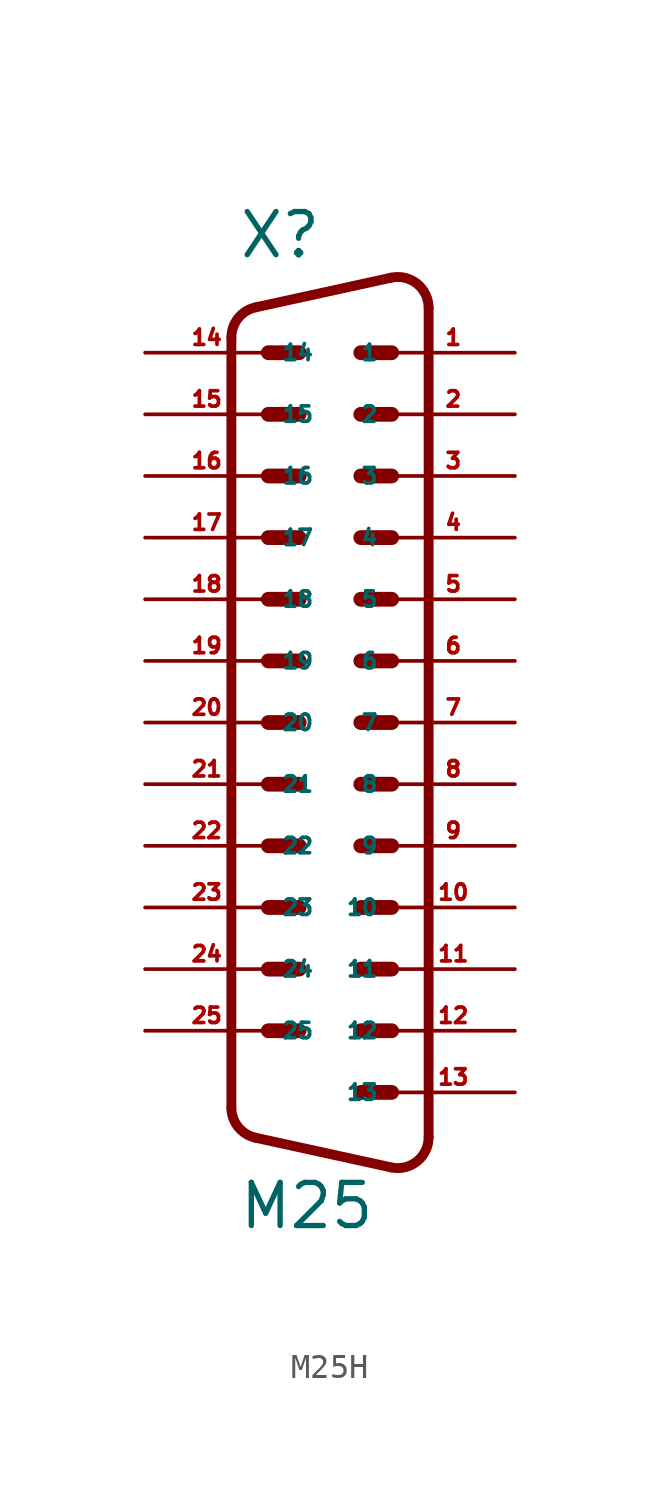
<source format=kicad_sym>
(kicad_symbol_lib
  (version 20220914)
  (generator Eagle2Kicad)
  (symbol "M25H"
    (property "Reference" "X"
      (at -3.81 16.51 0)
      (effects (font (size 1.778 1.778) (thickness 0.22)) (justify left bottom)))
    (property "Value" "M25"
      (at -3.81 -23.495 0)
      (effects (font (size 1.778 1.778) (thickness 0.22)) (justify left bottom)))
    (polyline
      (pts (xy 1.27 12.7) (xy 2.54 12.7))
      (stroke (width 0.61) (type default))
      (fill (type none)))
    (polyline
      (pts (xy -2.54 12.7) (xy -1.27 12.7))
      (stroke (width 0.61) (type default))
      (fill (type none)))
    (polyline
      (pts (xy 1.27 7.62) (xy 2.54 7.62))
      (stroke (width 0.61) (type default))
      (fill (type none)))
    (polyline
      (pts (xy -2.54 10.16) (xy -1.27 10.16))
      (stroke (width 0.61) (type default))
      (fill (type none)))
    (polyline
      (pts (xy 1.27 2.54) (xy 2.54 2.54))
      (stroke (width 0.61) (type default))
      (fill (type none)))
    (polyline
      (pts (xy -2.54 7.62) (xy -1.27 7.62))
      (stroke (width 0.61) (type default))
      (fill (type none)))
    (polyline
      (pts (xy 1.27 -2.54) (xy 2.54 -2.54))
      (stroke (width 0.61) (type default))
      (fill (type none)))
    (polyline
      (pts (xy -2.54 5.08) (xy -1.27 5.08))
      (stroke (width 0.61) (type default))
      (fill (type none)))
    (polyline
      (pts (xy 1.27 -7.62) (xy 2.54 -7.62))
      (stroke (width 0.61) (type default))
      (fill (type none)))
    (polyline
      (pts (xy -2.54 2.54) (xy -1.27 2.54))
      (stroke (width 0.61) (type default))
      (fill (type none)))
    (polyline
      (pts (xy 1.27 -12.7) (xy 2.54 -12.7))
      (stroke (width 0.61) (type default))
      (fill (type none)))
    (polyline
      (pts (xy -2.54 0) (xy -1.27 0))
      (stroke (width 0.61) (type default))
      (fill (type none)))
    (polyline
      (pts (xy 1.27 -17.78) (xy 2.54 -17.78))
      (stroke (width 0.61) (type default))
      (fill (type none)))
    (polyline
      (pts (xy -2.54 -2.54) (xy -1.27 -2.54))
      (stroke (width 0.61) (type default))
      (fill (type none)))
    (polyline
      (pts (xy 1.27 10.16) (xy 2.54 10.16))
      (stroke (width 0.61) (type default))
      (fill (type none)))
    (polyline
      (pts (xy -2.54 -5.08) (xy -1.27 -5.08))
      (stroke (width 0.61) (type default))
      (fill (type none)))
    (polyline
      (pts (xy 1.27 5.08) (xy 2.54 5.08))
      (stroke (width 0.61) (type default))
      (fill (type none)))
    (polyline
      (pts (xy -2.54 -7.62) (xy -1.27 -7.62))
      (stroke (width 0.61) (type default))
      (fill (type none)))
    (polyline
      (pts (xy 1.27 0) (xy 2.54 0))
      (stroke (width 0.61) (type default))
      (fill (type none)))
    (polyline
      (pts (xy -2.54 -10.16) (xy -1.27 -10.16))
      (stroke (width 0.61) (type default))
      (fill (type none)))
    (polyline
      (pts (xy 1.27 -5.08) (xy 2.54 -5.08))
      (stroke (width 0.61) (type default))
      (fill (type none)))
    (polyline
      (pts (xy -2.54 -12.7) (xy -1.27 -12.7))
      (stroke (width 0.61) (type default))
      (fill (type none)))
    (polyline
      (pts (xy 1.27 -10.16) (xy 2.54 -10.16))
      (stroke (width 0.61) (type default))
      (fill (type none)))
    (polyline
      (pts (xy -2.54 -15.24) (xy -1.27 -15.24))
      (stroke (width 0.61) (type default))
      (fill (type none)))
    (polyline
      (pts (xy 1.27 -15.24) (xy 2.54 -15.24))
      (stroke (width 0.61) (type default))
      (fill (type none)))
    (arc
      (start 2.5226 -20.8718)
      (mid 3.590 -20.620)
      (end 4.0637 -19.6312)
      (stroke (width 0.4064) (type default))
      (fill (type none)))
    (polyline
      (pts (xy 2.523 -20.872) (xy -3.065 -19.649))
      (stroke (width 0.406) (type default))
      (fill (type none)))
    (arc
      (start -4.064 -18.4088)
      (mid -3.783 -19.205)
      (end -3.0654 -19.6494)
      (stroke (width 0.4064) (type default))
      (fill (type none)))
    (polyline
      (pts (xy -4.064 13.329) (xy -4.064 -18.409))
      (stroke (width 0.406) (type default))
      (fill (type none)))
    (arc
      (start -3.0654 14.5694)
      (mid -3.783 14.125)
      (end -4.064 13.3288)
      (stroke (width 0.4064) (type default))
      (fill (type none)))
    (polyline
      (pts (xy 4.064 14.551) (xy 4.064 -19.631))
      (stroke (width 0.406) (type default))
      (fill (type none)))
    (polyline
      (pts (xy 2.523 15.792) (xy -3.065 14.569))
      (stroke (width 0.406) (type default))
      (fill (type none)))
    (arc
      (start 4.064 14.5512)
      (mid 3.590 15.541)
      (end 2.5226 15.7919)
      (stroke (width 0.4064) (type default))
      (fill (type none)))
    (pin passive line
      (at 7.62 12.7 180)
      (length 5.08)
      (name "1" (effects (font (size 0.635 0.635) (thickness 0.08)) (justify left bottom)))
      (number "1" (effects (font (size 0.635 0.635) (thickness 0.08)) (justify left bottom))))
    (pin passive line
      (at -7.62 12.7 0)
      (length 5.08)
      (name "14" (effects (font (size 0.635 0.635) (thickness 0.08)) (justify left bottom)))
      (number "14" (effects (font (size 0.635 0.635) (thickness 0.08)) (justify left bottom))))
    (pin passive line
      (at 7.62 10.16 180)
      (length 5.08)
      (name "2" (effects (font (size 0.635 0.635) (thickness 0.08)) (justify left bottom)))
      (number "2" (effects (font (size 0.635 0.635) (thickness 0.08)) (justify left bottom))))
    (pin passive line
      (at -7.62 10.16 0)
      (length 5.08)
      (name "15" (effects (font (size 0.635 0.635) (thickness 0.08)) (justify left bottom)))
      (number "15" (effects (font (size 0.635 0.635) (thickness 0.08)) (justify left bottom))))
    (pin passive line
      (at 7.62 7.62 180)
      (length 5.08)
      (name "3" (effects (font (size 0.635 0.635) (thickness 0.08)) (justify left bottom)))
      (number "3" (effects (font (size 0.635 0.635) (thickness 0.08)) (justify left bottom))))
    (pin passive line
      (at -7.62 7.62 0)
      (length 5.08)
      (name "16" (effects (font (size 0.635 0.635) (thickness 0.08)) (justify left bottom)))
      (number "16" (effects (font (size 0.635 0.635) (thickness 0.08)) (justify left bottom))))
    (pin passive line
      (at 7.62 5.08 180)
      (length 5.08)
      (name "4" (effects (font (size 0.635 0.635) (thickness 0.08)) (justify left bottom)))
      (number "4" (effects (font (size 0.635 0.635) (thickness 0.08)) (justify left bottom))))
    (pin passive line
      (at -7.62 5.08 0)
      (length 5.08)
      (name "17" (effects (font (size 0.635 0.635) (thickness 0.08)) (justify left bottom)))
      (number "17" (effects (font (size 0.635 0.635) (thickness 0.08)) (justify left bottom))))
    (pin passive line
      (at 7.62 2.54 180)
      (length 5.08)
      (name "5" (effects (font (size 0.635 0.635) (thickness 0.08)) (justify left bottom)))
      (number "5" (effects (font (size 0.635 0.635) (thickness 0.08)) (justify left bottom))))
    (pin passive line
      (at -7.62 2.54 0)
      (length 5.08)
      (name "18" (effects (font (size 0.635 0.635) (thickness 0.08)) (justify left bottom)))
      (number "18" (effects (font (size 0.635 0.635) (thickness 0.08)) (justify left bottom))))
    (pin passive line
      (at 7.62 0 180)
      (length 5.08)
      (name "6" (effects (font (size 0.635 0.635) (thickness 0.08)) (justify left bottom)))
      (number "6" (effects (font (size 0.635 0.635) (thickness 0.08)) (justify left bottom))))
    (pin passive line
      (at -7.62 0 0)
      (length 5.08)
      (name "19" (effects (font (size 0.635 0.635) (thickness 0.08)) (justify left bottom)))
      (number "19" (effects (font (size 0.635 0.635) (thickness 0.08)) (justify left bottom))))
    (pin passive line
      (at 7.62 -2.54 180)
      (length 5.08)
      (name "7" (effects (font (size 0.635 0.635) (thickness 0.08)) (justify left bottom)))
      (number "7" (effects (font (size 0.635 0.635) (thickness 0.08)) (justify left bottom))))
    (pin passive line
      (at -7.62 -2.54 0)
      (length 5.08)
      (name "20" (effects (font (size 0.635 0.635) (thickness 0.08)) (justify left bottom)))
      (number "20" (effects (font (size 0.635 0.635) (thickness 0.08)) (justify left bottom))))
    (pin passive line
      (at 7.62 -5.08 180)
      (length 5.08)
      (name "8" (effects (font (size 0.635 0.635) (thickness 0.08)) (justify left bottom)))
      (number "8" (effects (font (size 0.635 0.635) (thickness 0.08)) (justify left bottom))))
    (pin passive line
      (at -7.62 -5.08 0)
      (length 5.08)
      (name "21" (effects (font (size 0.635 0.635) (thickness 0.08)) (justify left bottom)))
      (number "21" (effects (font (size 0.635 0.635) (thickness 0.08)) (justify left bottom))))
    (pin passive line
      (at 7.62 -7.62 180)
      (length 5.08)
      (name "9" (effects (font (size 0.635 0.635) (thickness 0.08)) (justify left bottom)))
      (number "9" (effects (font (size 0.635 0.635) (thickness 0.08)) (justify left bottom))))
    (pin passive line
      (at -7.62 -7.62 0)
      (length 5.08)
      (name "22" (effects (font (size 0.635 0.635) (thickness 0.08)) (justify left bottom)))
      (number "22" (effects (font (size 0.635 0.635) (thickness 0.08)) (justify left bottom))))
    (pin passive line
      (at 7.62 -10.16 180)
      (length 5.08)
      (name "10" (effects (font (size 0.635 0.635) (thickness 0.08)) (justify left bottom)))
      (number "10" (effects (font (size 0.635 0.635) (thickness 0.08)) (justify left bottom))))
    (pin passive line
      (at -7.62 -10.16 0)
      (length 5.08)
      (name "23" (effects (font (size 0.635 0.635) (thickness 0.08)) (justify left bottom)))
      (number "23" (effects (font (size 0.635 0.635) (thickness 0.08)) (justify left bottom))))
    (pin passive line
      (at 7.62 -12.7 180)
      (length 5.08)
      (name "11" (effects (font (size 0.635 0.635) (thickness 0.08)) (justify left bottom)))
      (number "11" (effects (font (size 0.635 0.635) (thickness 0.08)) (justify left bottom))))
    (pin passive line
      (at -7.62 -12.7 0)
      (length 5.08)
      (name "24" (effects (font (size 0.635 0.635) (thickness 0.08)) (justify left bottom)))
      (number "24" (effects (font (size 0.635 0.635) (thickness 0.08)) (justify left bottom))))
    (pin passive line
      (at 7.62 -15.24 180)
      (length 5.08)
      (name "12" (effects (font (size 0.635 0.635) (thickness 0.08)) (justify left bottom)))
      (number "12" (effects (font (size 0.635 0.635) (thickness 0.08)) (justify left bottom))))
    (pin passive line
      (at -7.62 -15.24 0)
      (length 5.08)
      (name "25" (effects (font (size 0.635 0.635) (thickness 0.08)) (justify left bottom)))
      (number "25" (effects (font (size 0.635 0.635) (thickness 0.08)) (justify left bottom))))
    (pin passive line
      (at 7.62 -17.78 180)
      (length 5.08)
      (name "13" (effects (font (size 0.635 0.635) (thickness 0.08)) (justify left bottom)))
      (number "13" (effects (font (size 0.635 0.635) (thickness 0.08)) (justify left bottom))))))
</source>
